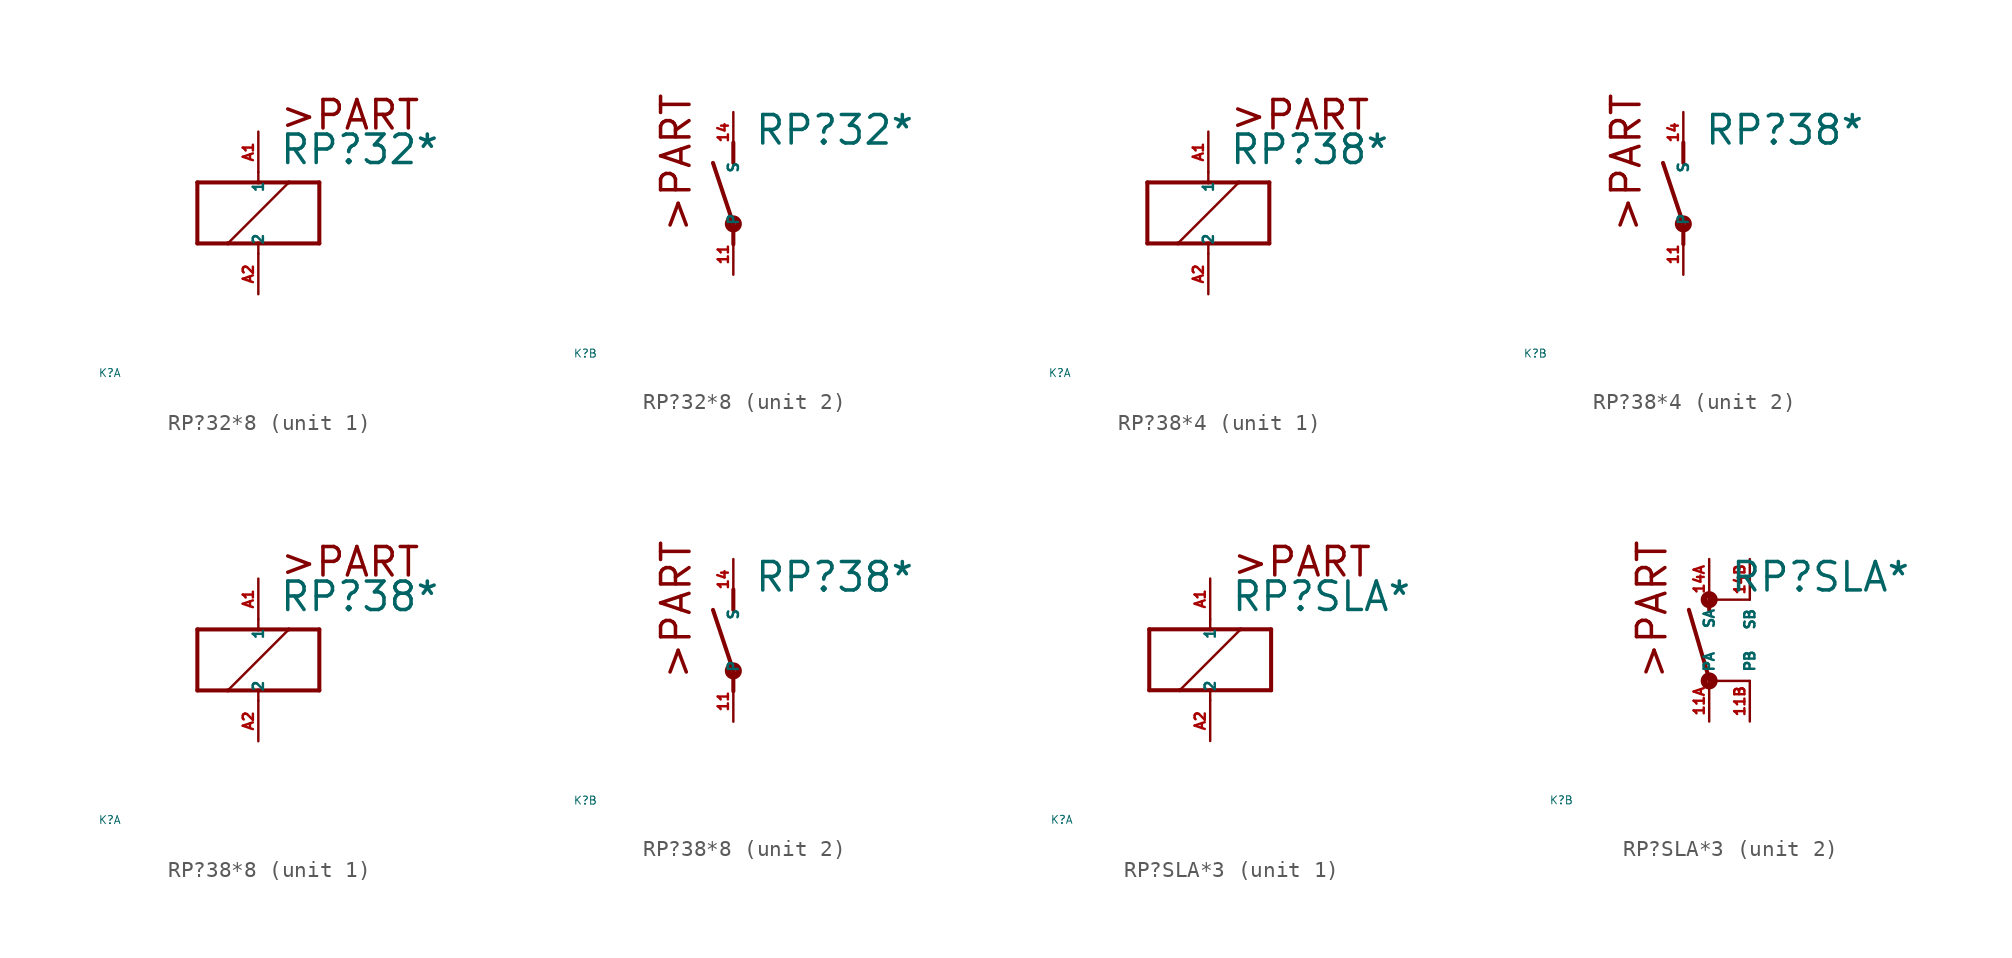
<source format=kicad_sym>
(kicad_symbol_lib
  (version 20220914)
  (generator Eagle2Kicad)
  (symbol "RP?32*8"
    (property "Reference" "K"
      (at -10 -10 0)
      (effects (font (size 0.5 0.5) (thickness 0.06)) (justify left)))
    (property "Value" "RP?32*"
      (at 1.27 2.921 0)
      (effects (font (size 1.778 1.778) (thickness 0.22)) (justify left bottom)))
    (symbol "RP?32*8_1_0"
      (polyline (pts (xy -3.81 -1.905) (xy -1.905 -1.905)) (stroke (width 0.254) (type default)) (fill (type none)))
      (polyline (pts (xy 3.81 -1.905) (xy 3.81 1.905)) (stroke (width 0.254) (type default)) (fill (type none)))
      (polyline (pts (xy 3.81 1.905) (xy 1.905 1.905)) (stroke (width 0.254) (type default)) (fill (type none)))
      (polyline (pts (xy -3.81 1.905) (xy -3.81 -1.905)) (stroke (width 0.254) (type default)) (fill (type none)))
      (polyline (pts (xy 0 -2.54) (xy 0 -1.905)) (stroke (width 0.152) (type default)) (fill (type none)))
      (polyline (pts (xy 0 -1.905) (xy 3.81 -1.905)) (stroke (width 0.254) (type default)) (fill (type none)))
      (polyline (pts (xy 0 2.54) (xy 0 1.905)) (stroke (width 0.152) (type default)) (fill (type none)))
      (polyline (pts (xy 0 1.905) (xy -3.81 1.905)) (stroke (width 0.254) (type default)) (fill (type none)))
      (polyline (pts (xy -1.905 -1.905) (xy 1.905 1.905)) (stroke (width 0.152) (type default)) (fill (type none)))
      (polyline (pts (xy -1.905 -1.905) (xy 0 -1.905)) (stroke (width 0.254) (type default)) (fill (type none)))
      (polyline (pts (xy 1.905 1.905) (xy 0 1.905)) (stroke (width 0.254) (type default)) (fill (type none)))
      (text ">PART" (at 1.27 5.08 0) (effects (font (size 1.778 1.778) (thickness 0.22)) (justify left bottom)))
      (pin passive line (at 0 -5.08 90) (length 2.54) (name "2" (effects (font (size 0.635 0.635) (thickness 0.08)) (justify left bottom))) (number "A2" (effects (font (size 0.635 0.635) (thickness 0.08)) (justify left bottom))))
      (pin passive line (at 0 5.08 270) (length 2.54) (name "1" (effects (font (size 0.635 0.635) (thickness 0.08)) (justify left bottom))) (number "A1" (effects (font (size 0.635 0.635) (thickness 0.08)) (justify left bottom)))))
    (symbol "RP?32*8_2_0"
      (polyline (pts (xy 0 3.175) (xy 0 1.905)) (stroke (width 0.254) (type default)) (fill (type none)))
      (polyline (pts (xy 0 -3.175) (xy 0 -1.905)) (stroke (width 0.254) (type default)) (fill (type none)))
      (polyline (pts (xy 0 -1.905) (xy -1.27 1.905)) (stroke (width 0.254) (type default)) (fill (type none)))
      (text ">PART" (at -2.54 -2.54 900) (effects (font (size 1.778 1.778) (thickness 0.22)) (justify left bottom)))
      (circle (center 0 -1.905) (radius 0.127) (stroke (width 0.406) (type default)) (fill (type none)))
      (pin passive line (at 0 -5.08 90) (length 2.54) (name "P" (effects (font (size 0.635 0.635) (thickness 0.08)) (justify left bottom))) (number "11" (effects (font (size 0.635 0.635) (thickness 0.08)) (justify left bottom))))
      (pin passive line (at 0 5.08 270) (length 2.54) (name "S" (effects (font (size 0.635 0.635) (thickness 0.08)) (justify left bottom))) (number "14" (effects (font (size 0.635 0.635) (thickness 0.08)) (justify left bottom))))))
  (symbol "RP?38*4"
    (property "Reference" "K"
      (at -10 -10 0)
      (effects (font (size 0.5 0.5) (thickness 0.06)) (justify left)))
    (property "Value" "RP?38*"
      (at 1.27 2.921 0)
      (effects (font (size 1.778 1.778) (thickness 0.22)) (justify left bottom)))
    (symbol "RP?38*4_1_0"
      (polyline (pts (xy -3.81 -1.905) (xy -1.905 -1.905)) (stroke (width 0.254) (type default)) (fill (type none)))
      (polyline (pts (xy 3.81 -1.905) (xy 3.81 1.905)) (stroke (width 0.254) (type default)) (fill (type none)))
      (polyline (pts (xy 3.81 1.905) (xy 1.905 1.905)) (stroke (width 0.254) (type default)) (fill (type none)))
      (polyline (pts (xy -3.81 1.905) (xy -3.81 -1.905)) (stroke (width 0.254) (type default)) (fill (type none)))
      (polyline (pts (xy 0 -2.54) (xy 0 -1.905)) (stroke (width 0.152) (type default)) (fill (type none)))
      (polyline (pts (xy 0 -1.905) (xy 3.81 -1.905)) (stroke (width 0.254) (type default)) (fill (type none)))
      (polyline (pts (xy 0 2.54) (xy 0 1.905)) (stroke (width 0.152) (type default)) (fill (type none)))
      (polyline (pts (xy 0 1.905) (xy -3.81 1.905)) (stroke (width 0.254) (type default)) (fill (type none)))
      (polyline (pts (xy -1.905 -1.905) (xy 1.905 1.905)) (stroke (width 0.152) (type default)) (fill (type none)))
      (polyline (pts (xy -1.905 -1.905) (xy 0 -1.905)) (stroke (width 0.254) (type default)) (fill (type none)))
      (polyline (pts (xy 1.905 1.905) (xy 0 1.905)) (stroke (width 0.254) (type default)) (fill (type none)))
      (text ">PART" (at 1.27 5.08 0) (effects (font (size 1.778 1.778) (thickness 0.22)) (justify left bottom)))
      (pin passive line (at 0 -5.08 90) (length 2.54) (name "2" (effects (font (size 0.635 0.635) (thickness 0.08)) (justify left bottom))) (number "A2" (effects (font (size 0.635 0.635) (thickness 0.08)) (justify left bottom))))
      (pin passive line (at 0 5.08 270) (length 2.54) (name "1" (effects (font (size 0.635 0.635) (thickness 0.08)) (justify left bottom))) (number "A1" (effects (font (size 0.635 0.635) (thickness 0.08)) (justify left bottom)))))
    (symbol "RP?38*4_2_0"
      (polyline (pts (xy 0 3.175) (xy 0 1.905)) (stroke (width 0.254) (type default)) (fill (type none)))
      (polyline (pts (xy 0 -3.175) (xy 0 -1.905)) (stroke (width 0.254) (type default)) (fill (type none)))
      (polyline (pts (xy 0 -1.905) (xy -1.27 1.905)) (stroke (width 0.254) (type default)) (fill (type none)))
      (text ">PART" (at -2.54 -2.54 900) (effects (font (size 1.778 1.778) (thickness 0.22)) (justify left bottom)))
      (circle (center 0 -1.905) (radius 0.127) (stroke (width 0.406) (type default)) (fill (type none)))
      (pin passive line (at 0 -5.08 90) (length 2.54) (name "P" (effects (font (size 0.635 0.635) (thickness 0.08)) (justify left bottom))) (number "11" (effects (font (size 0.635 0.635) (thickness 0.08)) (justify left bottom))))
      (pin passive line (at 0 5.08 270) (length 2.54) (name "S" (effects (font (size 0.635 0.635) (thickness 0.08)) (justify left bottom))) (number "14" (effects (font (size 0.635 0.635) (thickness 0.08)) (justify left bottom))))))
  (symbol "RP?38*8"
    (property "Reference" "K"
      (at -10 -10 0)
      (effects (font (size 0.5 0.5) (thickness 0.06)) (justify left)))
    (property "Value" "RP?38*"
      (at 1.27 2.921 0)
      (effects (font (size 1.778 1.778) (thickness 0.22)) (justify left bottom)))
    (symbol "RP?38*8_1_0"
      (polyline (pts (xy -3.81 -1.905) (xy -1.905 -1.905)) (stroke (width 0.254) (type default)) (fill (type none)))
      (polyline (pts (xy 3.81 -1.905) (xy 3.81 1.905)) (stroke (width 0.254) (type default)) (fill (type none)))
      (polyline (pts (xy 3.81 1.905) (xy 1.905 1.905)) (stroke (width 0.254) (type default)) (fill (type none)))
      (polyline (pts (xy -3.81 1.905) (xy -3.81 -1.905)) (stroke (width 0.254) (type default)) (fill (type none)))
      (polyline (pts (xy 0 -2.54) (xy 0 -1.905)) (stroke (width 0.152) (type default)) (fill (type none)))
      (polyline (pts (xy 0 -1.905) (xy 3.81 -1.905)) (stroke (width 0.254) (type default)) (fill (type none)))
      (polyline (pts (xy 0 2.54) (xy 0 1.905)) (stroke (width 0.152) (type default)) (fill (type none)))
      (polyline (pts (xy 0 1.905) (xy -3.81 1.905)) (stroke (width 0.254) (type default)) (fill (type none)))
      (polyline (pts (xy -1.905 -1.905) (xy 1.905 1.905)) (stroke (width 0.152) (type default)) (fill (type none)))
      (polyline (pts (xy -1.905 -1.905) (xy 0 -1.905)) (stroke (width 0.254) (type default)) (fill (type none)))
      (polyline (pts (xy 1.905 1.905) (xy 0 1.905)) (stroke (width 0.254) (type default)) (fill (type none)))
      (text ">PART" (at 1.27 5.08 0) (effects (font (size 1.778 1.778) (thickness 0.22)) (justify left bottom)))
      (pin passive line (at 0 -5.08 90) (length 2.54) (name "2" (effects (font (size 0.635 0.635) (thickness 0.08)) (justify left bottom))) (number "A2" (effects (font (size 0.635 0.635) (thickness 0.08)) (justify left bottom))))
      (pin passive line (at 0 5.08 270) (length 2.54) (name "1" (effects (font (size 0.635 0.635) (thickness 0.08)) (justify left bottom))) (number "A1" (effects (font (size 0.635 0.635) (thickness 0.08)) (justify left bottom)))))
    (symbol "RP?38*8_2_0"
      (polyline (pts (xy 0 3.175) (xy 0 1.905)) (stroke (width 0.254) (type default)) (fill (type none)))
      (polyline (pts (xy 0 -3.175) (xy 0 -1.905)) (stroke (width 0.254) (type default)) (fill (type none)))
      (polyline (pts (xy 0 -1.905) (xy -1.27 1.905)) (stroke (width 0.254) (type default)) (fill (type none)))
      (text ">PART" (at -2.54 -2.54 900) (effects (font (size 1.778 1.778) (thickness 0.22)) (justify left bottom)))
      (circle (center 0 -1.905) (radius 0.127) (stroke (width 0.406) (type default)) (fill (type none)))
      (pin passive line (at 0 -5.08 90) (length 2.54) (name "P" (effects (font (size 0.635 0.635) (thickness 0.08)) (justify left bottom))) (number "11" (effects (font (size 0.635 0.635) (thickness 0.08)) (justify left bottom))))
      (pin passive line (at 0 5.08 270) (length 2.54) (name "S" (effects (font (size 0.635 0.635) (thickness 0.08)) (justify left bottom))) (number "14" (effects (font (size 0.635 0.635) (thickness 0.08)) (justify left bottom))))))
  (symbol "RP?SLA*3"
    (property "Reference" "K"
      (at -10 -10 0)
      (effects (font (size 0.5 0.5) (thickness 0.06)) (justify left)))
    (property "Value" "RP?SLA*"
      (at 1.27 2.921 0)
      (effects (font (size 1.778 1.778) (thickness 0.22)) (justify left bottom)))
    (symbol "RP?SLA*3_1_0"
      (polyline (pts (xy -3.81 -1.905) (xy -1.905 -1.905)) (stroke (width 0.254) (type default)) (fill (type none)))
      (polyline (pts (xy 3.81 -1.905) (xy 3.81 1.905)) (stroke (width 0.254) (type default)) (fill (type none)))
      (polyline (pts (xy 3.81 1.905) (xy 1.905 1.905)) (stroke (width 0.254) (type default)) (fill (type none)))
      (polyline (pts (xy -3.81 1.905) (xy -3.81 -1.905)) (stroke (width 0.254) (type default)) (fill (type none)))
      (polyline (pts (xy 0 -2.54) (xy 0 -1.905)) (stroke (width 0.152) (type default)) (fill (type none)))
      (polyline (pts (xy 0 -1.905) (xy 3.81 -1.905)) (stroke (width 0.254) (type default)) (fill (type none)))
      (polyline (pts (xy 0 2.54) (xy 0 1.905)) (stroke (width 0.152) (type default)) (fill (type none)))
      (polyline (pts (xy 0 1.905) (xy -3.81 1.905)) (stroke (width 0.254) (type default)) (fill (type none)))
      (polyline (pts (xy -1.905 -1.905) (xy 1.905 1.905)) (stroke (width 0.152) (type default)) (fill (type none)))
      (polyline (pts (xy -1.905 -1.905) (xy 0 -1.905)) (stroke (width 0.254) (type default)) (fill (type none)))
      (polyline (pts (xy 1.905 1.905) (xy 0 1.905)) (stroke (width 0.254) (type default)) (fill (type none)))
      (text ">PART" (at 1.27 5.08 0) (effects (font (size 1.778 1.778) (thickness 0.22)) (justify left bottom)))
      (pin passive line (at 0 -5.08 90) (length 2.54) (name "2" (effects (font (size 0.635 0.635) (thickness 0.08)) (justify left bottom))) (number "A2" (effects (font (size 0.635 0.635) (thickness 0.08)) (justify left bottom))))
      (pin passive line (at 0 5.08 270) (length 2.54) (name "1" (effects (font (size 0.635 0.635) (thickness 0.08)) (justify left bottom))) (number "A1" (effects (font (size 0.635 0.635) (thickness 0.08)) (justify left bottom)))))
    (symbol "RP?SLA*3_2_0"
      (polyline (pts (xy 0 2.54) (xy 0 1.905)) (stroke (width 0.254) (type default)) (fill (type none)))
      (polyline (pts (xy 0 -2.54) (xy 0 -2.413)) (stroke (width 0.254) (type default)) (fill (type none)))
      (polyline (pts (xy 0 -2.413) (xy -1.27 1.905)) (stroke (width 0.254) (type default)) (fill (type none)))
      (polyline (pts (xy 0 2.54) (xy 2.54 2.54)) (stroke (width 0.152) (type default)) (fill (type none)))
      (polyline (pts (xy 0 -2.54) (xy 2.54 -2.54)) (stroke (width 0.152) (type default)) (fill (type none)))
      (text ">PART" (at -2.54 -2.54 900) (effects (font (size 1.778 1.778) (thickness 0.22)) (justify left bottom)))
      (circle (center 0 -2.54) (radius 0.127) (stroke (width 0.406) (type default)) (fill (type none)))
      (circle (center 0 2.54) (radius 0.127) (stroke (width 0.406) (type default)) (fill (type none)))
      (pin passive line (at 0 -5.08 90) (length 2.54) (name "PA" (effects (font (size 0.635 0.635) (thickness 0.08)) (justify left bottom))) (number "11A" (effects (font (size 0.635 0.635) (thickness 0.08)) (justify left bottom))))
      (pin passive line (at 0 5.08 270) (length 2.54) (name "SA" (effects (font (size 0.635 0.635) (thickness 0.08)) (justify left bottom))) (number "14A" (effects (font (size 0.635 0.635) (thickness 0.08)) (justify left bottom))))
      (pin passive line (at 2.54 5.08 270) (length 2.54) (name "SB" (effects (font (size 0.635 0.635) (thickness 0.08)) (justify left bottom))) (number "14B" (effects (font (size 0.635 0.635) (thickness 0.08)) (justify left bottom))))
      (pin passive line (at 2.54 -5.08 90) (length 2.54) (name "PB" (effects (font (size 0.635 0.635) (thickness 0.08)) (justify left bottom))) (number "11B" (effects (font (size 0.635 0.635) (thickness 0.08)) (justify left bottom)))))))
</source>
